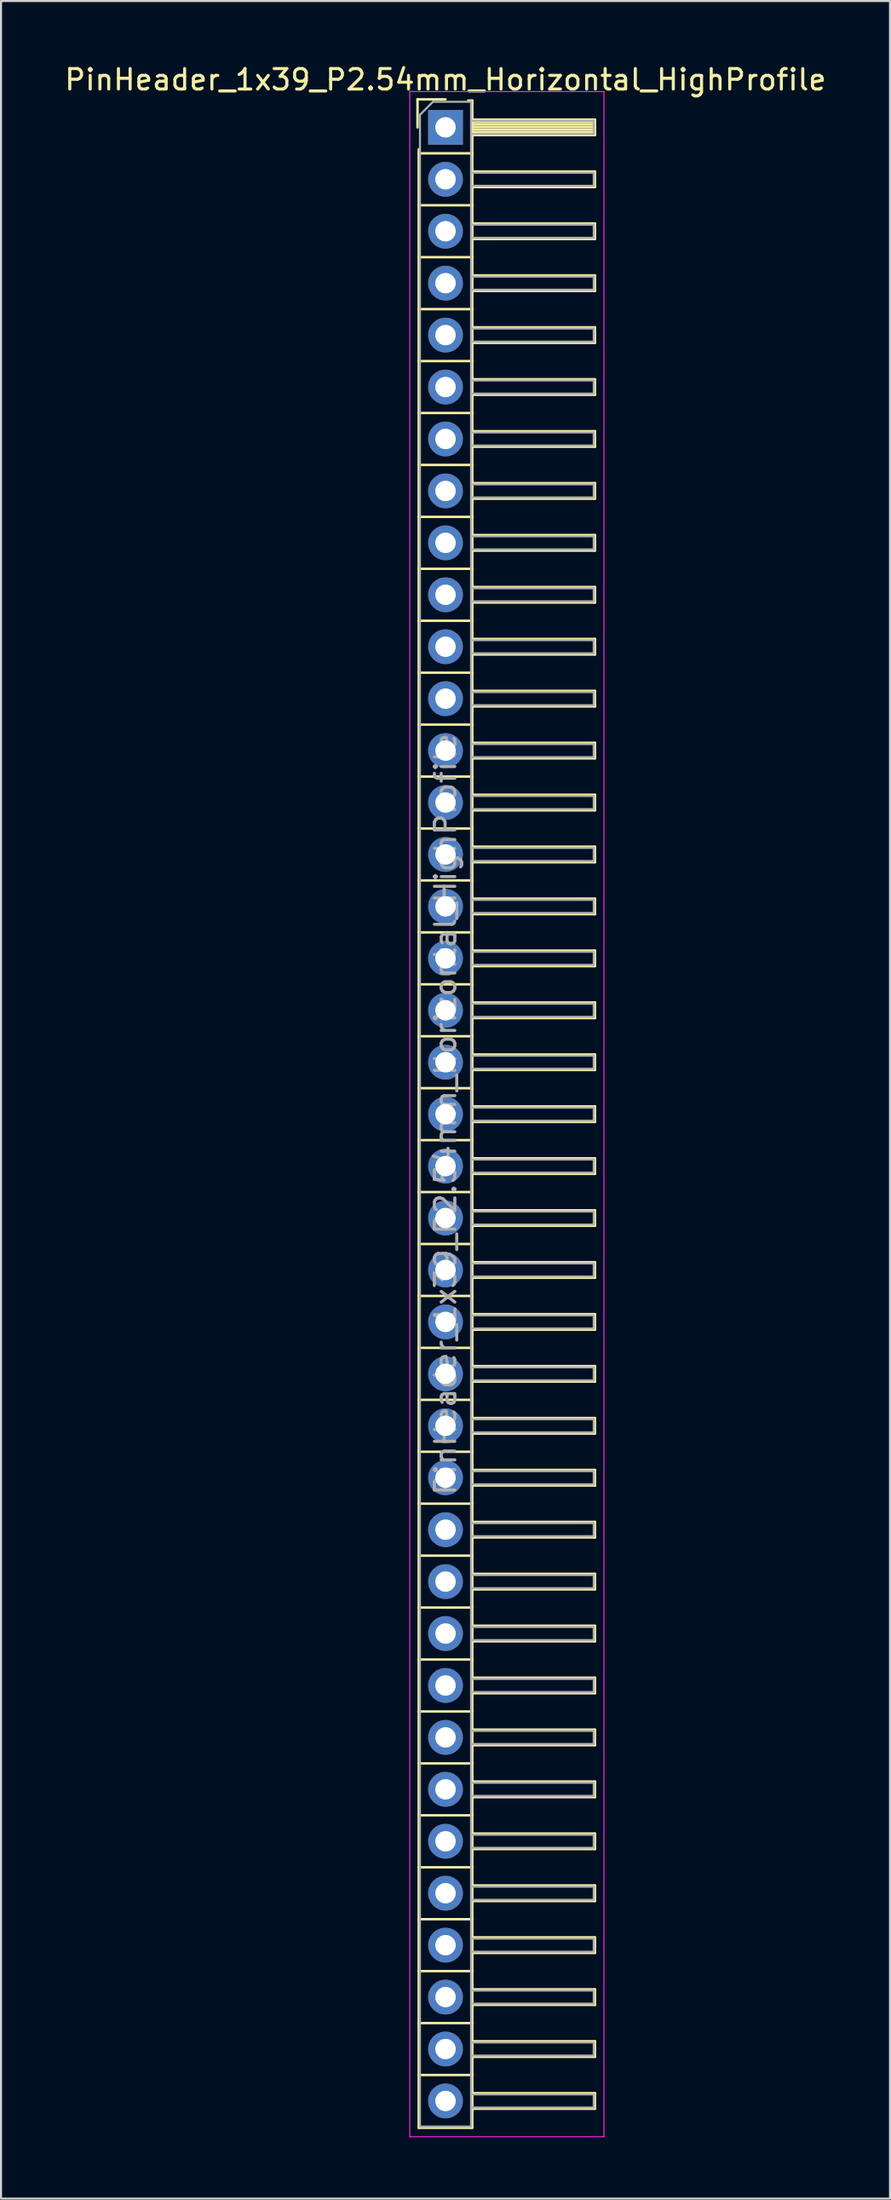
<source format=kicad_pcb>
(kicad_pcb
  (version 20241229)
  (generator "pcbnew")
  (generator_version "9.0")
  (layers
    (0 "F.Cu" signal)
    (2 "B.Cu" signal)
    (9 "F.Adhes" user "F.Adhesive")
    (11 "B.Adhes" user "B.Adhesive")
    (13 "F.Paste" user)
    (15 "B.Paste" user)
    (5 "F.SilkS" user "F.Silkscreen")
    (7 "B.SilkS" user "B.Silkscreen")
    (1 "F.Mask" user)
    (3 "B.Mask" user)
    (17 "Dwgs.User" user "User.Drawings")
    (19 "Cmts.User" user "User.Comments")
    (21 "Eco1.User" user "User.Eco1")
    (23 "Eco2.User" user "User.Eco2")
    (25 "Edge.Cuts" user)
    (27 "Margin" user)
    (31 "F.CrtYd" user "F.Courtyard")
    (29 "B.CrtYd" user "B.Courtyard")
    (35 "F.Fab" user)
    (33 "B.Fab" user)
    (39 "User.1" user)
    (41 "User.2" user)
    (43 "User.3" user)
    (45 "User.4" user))
  (footprint "PinHeader_1x39_P2.54mm_Horizontal_HighProfile"
    (layer "F.Cu")
    (at 18.744 3.178)
    (property "Reference" "PinHeader_1x39_P2.54mm_Horizontal_HighProfile" (at 0 -2.33 0) (layer "F.SilkS") (effects (font (size 1 1) (thickness 0.15))))
    (attr through_hole)
    (fp_line (start -1.37 -1.37) (end -1.37 0) (stroke (width 0.12) (type solid)) (layer "F.SilkS"))
    (fp_line (start -1.37 -1.37) (end 0 -1.37) (stroke (width 0.12) (type solid)) (layer "F.SilkS"))
    (fp_line (start -1.31 1.27) (end -1.31 1.07) (stroke (width 0.12) (type solid)) (layer "F.SilkS"))
    (fp_line (start -1.31 1.27) (end -1.31 3.81) (stroke (width 0.12) (type solid)) (layer "F.SilkS"))
    (fp_line (start -1.31 1.27) (end 1.31 1.27) (stroke (width 0.12) (type solid)) (layer "F.SilkS"))
    (fp_line (start -1.31 3.81) (end -1.31 6.35) (stroke (width 0.12) (type solid)) (layer "F.SilkS"))
    (fp_line (start -1.31 3.81) (end 1.31 3.81) (stroke (width 0.12) (type solid)) (layer "F.SilkS"))
    (fp_line (start -1.31 6.35) (end -1.31 8.89) (stroke (width 0.12) (type solid)) (layer "F.SilkS"))
    (fp_line (start -1.31 6.35) (end 1.31 6.35) (stroke (width 0.12) (type solid)) (layer "F.SilkS"))
    (fp_line (start -1.31 8.89) (end -1.31 11.43) (stroke (width 0.12) (type solid)) (layer "F.SilkS"))
    (fp_line (start -1.31 8.89) (end 1.31 8.89) (stroke (width 0.12) (type solid)) (layer "F.SilkS"))
    (fp_line (start -1.31 11.43) (end -1.31 13.97) (stroke (width 0.12) (type solid)) (layer "F.SilkS"))
    (fp_line (start -1.31 11.43) (end 1.31 11.43) (stroke (width 0.12) (type solid)) (layer "F.SilkS"))
    (fp_line (start -1.31 13.97) (end -1.31 16.51) (stroke (width 0.12) (type solid)) (layer "F.SilkS"))
    (fp_line (start -1.31 13.97) (end 1.31 13.97) (stroke (width 0.12) (type solid)) (layer "F.SilkS"))
    (fp_line (start -1.31 16.51) (end -1.31 19.05) (stroke (width 0.12) (type solid)) (layer "F.SilkS"))
    (fp_line (start -1.31 16.51) (end 1.31 16.51) (stroke (width 0.12) (type solid)) (layer "F.SilkS"))
    (fp_line (start -1.31 19.05) (end -1.31 21.59) (stroke (width 0.12) (type solid)) (layer "F.SilkS"))
    (fp_line (start -1.31 19.05) (end 1.31 19.05) (stroke (width 0.12) (type solid)) (layer "F.SilkS"))
    (fp_line (start -1.31 21.59) (end -1.31 24.13) (stroke (width 0.12) (type solid)) (layer "F.SilkS"))
    (fp_line (start -1.31 21.59) (end 1.31 21.59) (stroke (width 0.12) (type solid)) (layer "F.SilkS"))
    (fp_line (start -1.31 24.13) (end -1.31 26.67) (stroke (width 0.12) (type solid)) (layer "F.SilkS"))
    (fp_line (start -1.31 24.13) (end 1.31 24.13) (stroke (width 0.12) (type solid)) (layer "F.SilkS"))
    (fp_line (start -1.31 26.67) (end -1.31 29.21) (stroke (width 0.12) (type solid)) (layer "F.SilkS"))
    (fp_line (start -1.31 26.67) (end 1.31 26.67) (stroke (width 0.12) (type solid)) (layer "F.SilkS"))
    (fp_line (start -1.31 29.21) (end -1.31 31.75) (stroke (width 0.12) (type solid)) (layer "F.SilkS"))
    (fp_line (start -1.31 29.21) (end 1.31 29.21) (stroke (width 0.12) (type solid)) (layer "F.SilkS"))
    (fp_line (start -1.31 31.75) (end -1.31 34.29) (stroke (width 0.12) (type solid)) (layer "F.SilkS"))
    (fp_line (start -1.31 31.75) (end 1.31 31.75) (stroke (width 0.12) (type solid)) (layer "F.SilkS"))
    (fp_line (start -1.31 34.29) (end -1.31 36.83) (stroke (width 0.12) (type solid)) (layer "F.SilkS"))
    (fp_line (start -1.31 34.29) (end 1.31 34.29) (stroke (width 0.12) (type solid)) (layer "F.SilkS"))
    (fp_line (start -1.31 36.83) (end -1.31 39.37) (stroke (width 0.12) (type solid)) (layer "F.SilkS"))
    (fp_line (start -1.31 36.83) (end 1.31 36.83) (stroke (width 0.12) (type solid)) (layer "F.SilkS"))
    (fp_line (start -1.31 39.37) (end -1.31 41.91) (stroke (width 0.12) (type solid)) (layer "F.SilkS"))
    (fp_line (start -1.31 39.37) (end 1.31 39.37) (stroke (width 0.12) (type solid)) (layer "F.SilkS"))
    (fp_line (start -1.31 41.91) (end -1.31 44.45) (stroke (width 0.12) (type solid)) (layer "F.SilkS"))
    (fp_line (start -1.31 41.91) (end 1.31 41.91) (stroke (width 0.12) (type solid)) (layer "F.SilkS"))
    (fp_line (start -1.31 44.45) (end -1.31 46.99) (stroke (width 0.12) (type solid)) (layer "F.SilkS"))
    (fp_line (start -1.31 44.45) (end 1.31 44.45) (stroke (width 0.12) (type solid)) (layer "F.SilkS"))
    (fp_line (start -1.31 46.99) (end -1.31 49.53) (stroke (width 0.12) (type solid)) (layer "F.SilkS"))
    (fp_line (start -1.31 46.99) (end 1.31 46.99) (stroke (width 0.12) (type solid)) (layer "F.SilkS"))
    (fp_line (start -1.31 49.53) (end -1.31 52.07) (stroke (width 0.12) (type solid)) (layer "F.SilkS"))
    (fp_line (start -1.31 49.53) (end 1.31 49.53) (stroke (width 0.12) (type solid)) (layer "F.SilkS"))
    (fp_line (start -1.31 52.07) (end -1.31 54.61) (stroke (width 0.12) (type solid)) (layer "F.SilkS"))
    (fp_line (start -1.31 52.07) (end 1.31 52.07) (stroke (width 0.12) (type solid)) (layer "F.SilkS"))
    (fp_line (start -1.31 54.61) (end -1.31 57.15) (stroke (width 0.12) (type solid)) (layer "F.SilkS"))
    (fp_line (start -1.31 54.61) (end 1.31 54.61) (stroke (width 0.12) (type solid)) (layer "F.SilkS"))
    (fp_line (start -1.31 57.15) (end -1.31 59.69) (stroke (width 0.12) (type solid)) (layer "F.SilkS"))
    (fp_line (start -1.31 57.15) (end 1.31 57.15) (stroke (width 0.12) (type solid)) (layer "F.SilkS"))
    (fp_line (start -1.31 59.69) (end -1.31 62.23) (stroke (width 0.12) (type solid)) (layer "F.SilkS"))
    (fp_line (start -1.31 59.69) (end 1.31 59.69) (stroke (width 0.12) (type solid)) (layer "F.SilkS"))
    (fp_line (start -1.31 62.23) (end -1.31 64.77) (stroke (width 0.12) (type solid)) (layer "F.SilkS"))
    (fp_line (start -1.31 62.23) (end 1.31 62.23) (stroke (width 0.12) (type solid)) (layer "F.SilkS"))
    (fp_line (start -1.31 64.77) (end -1.31 67.31) (stroke (width 0.12) (type solid)) (layer "F.SilkS"))
    (fp_line (start -1.31 64.77) (end 1.31 64.77) (stroke (width 0.12) (type solid)) (layer "F.SilkS"))
    (fp_line (start -1.31 67.31) (end -1.31 69.85) (stroke (width 0.12) (type solid)) (layer "F.SilkS"))
    (fp_line (start -1.31 67.31) (end 1.31 67.31) (stroke (width 0.12) (type solid)) (layer "F.SilkS"))
    (fp_line (start -1.31 69.85) (end -1.31 72.39) (stroke (width 0.12) (type solid)) (layer "F.SilkS"))
    (fp_line (start -1.31 69.85) (end 1.31 69.85) (stroke (width 0.12) (type solid)) (layer "F.SilkS"))
    (fp_line (start -1.31 72.39) (end -1.31 74.93) (stroke (width 0.12) (type solid)) (layer "F.SilkS"))
    (fp_line (start -1.31 72.39) (end 1.31 72.39) (stroke (width 0.12) (type solid)) (layer "F.SilkS"))
    (fp_line (start -1.31 74.93) (end -1.31 77.47) (stroke (width 0.12) (type solid)) (layer "F.SilkS"))
    (fp_line (start -1.31 74.93) (end 1.31 74.93) (stroke (width 0.12) (type solid)) (layer "F.SilkS"))
    (fp_line (start -1.31 77.47) (end -1.31 80.01) (stroke (width 0.12) (type solid)) (layer "F.SilkS"))
    (fp_line (start -1.31 77.47) (end 1.31 77.47) (stroke (width 0.12) (type solid)) (layer "F.SilkS"))
    (fp_line (start -1.31 80.01) (end -1.31 82.55) (stroke (width 0.12) (type solid)) (layer "F.SilkS"))
    (fp_line (start -1.31 80.01) (end 1.31 80.01) (stroke (width 0.12) (type solid)) (layer "F.SilkS"))
    (fp_line (start -1.31 82.55) (end -1.31 85.09) (stroke (width 0.12) (type solid)) (layer "F.SilkS"))
    (fp_line (start -1.31 82.55) (end 1.31 82.55) (stroke (width 0.12) (type solid)) (layer "F.SilkS"))
    (fp_line (start -1.31 85.09) (end -1.31 87.63) (stroke (width 0.12) (type solid)) (layer "F.SilkS"))
    (fp_line (start -1.31 85.09) (end 1.31 85.09) (stroke (width 0.12) (type solid)) (layer "F.SilkS"))
    (fp_line (start -1.31 87.63) (end -1.31 90.17) (stroke (width 0.12) (type solid)) (layer "F.SilkS"))
    (fp_line (start -1.31 87.63) (end 1.31 87.63) (stroke (width 0.12) (type solid)) (layer "F.SilkS"))
    (fp_line (start -1.31 90.17) (end -1.31 92.71) (stroke (width 0.12) (type solid)) (layer "F.SilkS"))
    (fp_line (start -1.31 90.17) (end 1.31 90.17) (stroke (width 0.12) (type solid)) (layer "F.SilkS"))
    (fp_line (start -1.31 92.71) (end -1.31 95.25) (stroke (width 0.12) (type solid)) (layer "F.SilkS"))
    (fp_line (start -1.31 92.71) (end 1.31 92.71) (stroke (width 0.12) (type solid)) (layer "F.SilkS"))
    (fp_line (start -1.31 95.25) (end -1.31 97.83) (stroke (width 0.12) (type solid)) (layer "F.SilkS"))
    (fp_line (start -1.31 95.25) (end 1.31 95.25) (stroke (width 0.12) (type solid)) (layer "F.SilkS"))
    (fp_line (start -1.31 97.83) (end 1.31 97.83) (stroke (width 0.12) (type solid)) (layer "F.SilkS"))
    (fp_line (start 1.11 -1.31) (end 1.31 -1.31) (stroke (width 0.12) (type solid)) (layer "F.SilkS"))
    (fp_line (start 1.31 -1.31) (end 1.31 1.31) (stroke (width 0.12) (type solid)) (layer "F.SilkS"))
    (fp_line (start 1.31 -0.38) (end 7.31 -0.38) (stroke (width 0.12) (type solid)) (layer "F.SilkS"))
    (fp_line (start 1.31 -0.26) (end 7.31 -0.26) (stroke (width 0.12) (type solid)) (layer "F.SilkS"))
    (fp_line (start 1.31 -0.14) (end 7.31 -0.14) (stroke (width 0.12) (type solid)) (layer "F.SilkS"))
    (fp_line (start 1.31 -0.02) (end 7.31 -0.02) (stroke (width 0.12) (type solid)) (layer "F.SilkS"))
    (fp_line (start 1.31 0.1) (end 7.31 0.1) (stroke (width 0.12) (type solid)) (layer "F.SilkS"))
    (fp_line (start 1.31 0.22) (end 7.31 0.22) (stroke (width 0.12) (type solid)) (layer "F.SilkS"))
    (fp_line (start 1.31 0.34) (end 7.31 0.34) (stroke (width 0.12) (type solid)) (layer "F.SilkS"))
    (fp_line (start 1.31 0.38) (end 7.31 0.38) (stroke (width 0.12) (type solid)) (layer "F.SilkS"))
    (fp_line (start 1.31 1.27) (end 1.31 3.81) (stroke (width 0.12) (type solid)) (layer "F.SilkS"))
    (fp_line (start 1.31 2.16) (end 7.31 2.16) (stroke (width 0.12) (type solid)) (layer "F.SilkS"))
    (fp_line (start 1.31 2.92) (end 7.31 2.92) (stroke (width 0.12) (type solid)) (layer "F.SilkS"))
    (fp_line (start 1.31 3.81) (end 1.31 6.35) (stroke (width 0.12) (type solid)) (layer "F.SilkS"))
    (fp_line (start 1.31 4.7) (end 7.31 4.7) (stroke (width 0.12) (type solid)) (layer "F.SilkS"))
    (fp_line (start 1.31 5.46) (end 7.31 5.46) (stroke (width 0.12) (type solid)) (layer "F.SilkS"))
    (fp_line (start 1.31 6.35) (end 1.31 8.89) (stroke (width 0.12) (type solid)) (layer "F.SilkS"))
    (fp_line (start 1.31 7.24) (end 7.31 7.24) (stroke (width 0.12) (type solid)) (layer "F.SilkS"))
    (fp_line (start 1.31 8) (end 7.31 8) (stroke (width 0.12) (type solid)) (layer "F.SilkS"))
    (fp_line (start 1.31 8.89) (end 1.31 11.43) (stroke (width 0.12) (type solid)) (layer "F.SilkS"))
    (fp_line (start 1.31 9.78) (end 7.31 9.78) (stroke (width 0.12) (type solid)) (layer "F.SilkS"))
    (fp_line (start 1.31 10.54) (end 7.31 10.54) (stroke (width 0.12) (type solid)) (layer "F.SilkS"))
    (fp_line (start 1.31 11.43) (end 1.31 13.97) (stroke (width 0.12) (type solid)) (layer "F.SilkS"))
    (fp_line (start 1.31 12.32) (end 7.31 12.32) (stroke (width 0.12) (type solid)) (layer "F.SilkS"))
    (fp_line (start 1.31 13.08) (end 7.31 13.08) (stroke (width 0.12) (type solid)) (layer "F.SilkS"))
    (fp_line (start 1.31 13.97) (end 1.31 16.51) (stroke (width 0.12) (type solid)) (layer "F.SilkS"))
    (fp_line (start 1.31 14.86) (end 7.31 14.86) (stroke (width 0.12) (type solid)) (layer "F.SilkS"))
    (fp_line (start 1.31 15.62) (end 7.31 15.62) (stroke (width 0.12) (type solid)) (layer "F.SilkS"))
    (fp_line (start 1.31 16.51) (end 1.31 19.05) (stroke (width 0.12) (type solid)) (layer "F.SilkS"))
    (fp_line (start 1.31 17.4) (end 7.31 17.4) (stroke (width 0.12) (type solid)) (layer "F.SilkS"))
    (fp_line (start 1.31 18.16) (end 7.31 18.16) (stroke (width 0.12) (type solid)) (layer "F.SilkS"))
    (fp_line (start 1.31 19.05) (end 1.31 21.59) (stroke (width 0.12) (type solid)) (layer "F.SilkS"))
    (fp_line (start 1.31 19.94) (end 7.31 19.94) (stroke (width 0.12) (type solid)) (layer "F.SilkS"))
    (fp_line (start 1.31 20.7) (end 7.31 20.7) (stroke (width 0.12) (type solid)) (layer "F.SilkS"))
    (fp_line (start 1.31 21.59) (end 1.31 24.13) (stroke (width 0.12) (type solid)) (layer "F.SilkS"))
    (fp_line (start 1.31 22.48) (end 7.31 22.48) (stroke (width 0.12) (type solid)) (layer "F.SilkS"))
    (fp_line (start 1.31 23.24) (end 7.31 23.24) (stroke (width 0.12) (type solid)) (layer "F.SilkS"))
    (fp_line (start 1.31 24.13) (end 1.31 26.67) (stroke (width 0.12) (type solid)) (layer "F.SilkS"))
    (fp_line (start 1.31 25.02) (end 7.31 25.02) (stroke (width 0.12) (type solid)) (layer "F.SilkS"))
    (fp_line (start 1.31 25.78) (end 7.31 25.78) (stroke (width 0.12) (type solid)) (layer "F.SilkS"))
    (fp_line (start 1.31 26.67) (end 1.31 29.21) (stroke (width 0.12) (type solid)) (layer "F.SilkS"))
    (fp_line (start 1.31 27.56) (end 7.31 27.56) (stroke (width 0.12) (type solid)) (layer "F.SilkS"))
    (fp_line (start 1.31 28.32) (end 7.31 28.32) (stroke (width 0.12) (type solid)) (layer "F.SilkS"))
    (fp_line (start 1.31 29.21) (end 1.31 31.75) (stroke (width 0.12) (type solid)) (layer "F.SilkS"))
    (fp_line (start 1.31 30.1) (end 7.31 30.1) (stroke (width 0.12) (type solid)) (layer "F.SilkS"))
    (fp_line (start 1.31 30.86) (end 7.31 30.86) (stroke (width 0.12) (type solid)) (layer "F.SilkS"))
    (fp_line (start 1.31 31.75) (end 1.31 34.29) (stroke (width 0.12) (type solid)) (layer "F.SilkS"))
    (fp_line (start 1.31 32.64) (end 7.31 32.64) (stroke (width 0.12) (type solid)) (layer "F.SilkS"))
    (fp_line (start 1.31 33.4) (end 7.31 33.4) (stroke (width 0.12) (type solid)) (layer "F.SilkS"))
    (fp_line (start 1.31 34.29) (end 1.31 36.83) (stroke (width 0.12) (type solid)) (layer "F.SilkS"))
    (fp_line (start 1.31 35.18) (end 7.31 35.18) (stroke (width 0.12) (type solid)) (layer "F.SilkS"))
    (fp_line (start 1.31 35.94) (end 7.31 35.94) (stroke (width 0.12) (type solid)) (layer "F.SilkS"))
    (fp_line (start 1.31 36.83) (end 1.31 39.37) (stroke (width 0.12) (type solid)) (layer "F.SilkS"))
    (fp_line (start 1.31 37.72) (end 7.31 37.72) (stroke (width 0.12) (type solid)) (layer "F.SilkS"))
    (fp_line (start 1.31 38.48) (end 7.31 38.48) (stroke (width 0.12) (type solid)) (layer "F.SilkS"))
    (fp_line (start 1.31 39.37) (end 1.31 41.91) (stroke (width 0.12) (type solid)) (layer "F.SilkS"))
    (fp_line (start 1.31 40.26) (end 7.31 40.26) (stroke (width 0.12) (type solid)) (layer "F.SilkS"))
    (fp_line (start 1.31 41.02) (end 7.31 41.02) (stroke (width 0.12) (type solid)) (layer "F.SilkS"))
    (fp_line (start 1.31 41.91) (end 1.31 44.45) (stroke (width 0.12) (type solid)) (layer "F.SilkS"))
    (fp_line (start 1.31 42.8) (end 7.31 42.8) (stroke (width 0.12) (type solid)) (layer "F.SilkS"))
    (fp_line (start 1.31 43.56) (end 7.31 43.56) (stroke (width 0.12) (type solid)) (layer "F.SilkS"))
    (fp_line (start 1.31 44.45) (end 1.31 46.99) (stroke (width 0.12) (type solid)) (layer "F.SilkS"))
    (fp_line (start 1.31 45.34) (end 7.31 45.34) (stroke (width 0.12) (type solid)) (layer "F.SilkS"))
    (fp_line (start 1.31 46.1) (end 7.31 46.1) (stroke (width 0.12) (type solid)) (layer "F.SilkS"))
    (fp_line (start 1.31 46.99) (end 1.31 49.53) (stroke (width 0.12) (type solid)) (layer "F.SilkS"))
    (fp_line (start 1.31 47.88) (end 7.31 47.88) (stroke (width 0.12) (type solid)) (layer "F.SilkS"))
    (fp_line (start 1.31 48.64) (end 7.31 48.64) (stroke (width 0.12) (type solid)) (layer "F.SilkS"))
    (fp_line (start 1.31 49.53) (end 1.31 52.07) (stroke (width 0.12) (type solid)) (layer "F.SilkS"))
    (fp_line (start 1.31 50.42) (end 7.31 50.42) (stroke (width 0.12) (type solid)) (layer "F.SilkS"))
    (fp_line (start 1.31 51.18) (end 7.31 51.18) (stroke (width 0.12) (type solid)) (layer "F.SilkS"))
    (fp_line (start 1.31 52.07) (end 1.31 54.61) (stroke (width 0.12) (type solid)) (layer "F.SilkS"))
    (fp_line (start 1.31 52.96) (end 7.31 52.96) (stroke (width 0.12) (type solid)) (layer "F.SilkS"))
    (fp_line (start 1.31 53.72) (end 7.31 53.72) (stroke (width 0.12) (type solid)) (layer "F.SilkS"))
    (fp_line (start 1.31 54.61) (end 1.31 57.15) (stroke (width 0.12) (type solid)) (layer "F.SilkS"))
    (fp_line (start 1.31 55.5) (end 7.31 55.5) (stroke (width 0.12) (type solid)) (layer "F.SilkS"))
    (fp_line (start 1.31 56.26) (end 7.31 56.26) (stroke (width 0.12) (type solid)) (layer "F.SilkS"))
    (fp_line (start 1.31 57.15) (end 1.31 59.69) (stroke (width 0.12) (type solid)) (layer "F.SilkS"))
    (fp_line (start 1.31 58.04) (end 7.31 58.04) (stroke (width 0.12) (type solid)) (layer "F.SilkS"))
    (fp_line (start 1.31 58.8) (end 7.31 58.8) (stroke (width 0.12) (type solid)) (layer "F.SilkS"))
    (fp_line (start 1.31 59.69) (end 1.31 62.23) (stroke (width 0.12) (type solid)) (layer "F.SilkS"))
    (fp_line (start 1.31 60.58) (end 7.31 60.58) (stroke (width 0.12) (type solid)) (layer "F.SilkS"))
    (fp_line (start 1.31 61.34) (end 7.31 61.34) (stroke (width 0.12) (type solid)) (layer "F.SilkS"))
    (fp_line (start 1.31 62.23) (end 1.31 64.77) (stroke (width 0.12) (type solid)) (layer "F.SilkS"))
    (fp_line (start 1.31 63.12) (end 7.31 63.12) (stroke (width 0.12) (type solid)) (layer "F.SilkS"))
    (fp_line (start 1.31 63.88) (end 7.31 63.88) (stroke (width 0.12) (type solid)) (layer "F.SilkS"))
    (fp_line (start 1.31 64.77) (end 1.31 67.31) (stroke (width 0.12) (type solid)) (layer "F.SilkS"))
    (fp_line (start 1.31 65.66) (end 7.31 65.66) (stroke (width 0.12) (type solid)) (layer "F.SilkS"))
    (fp_line (start 1.31 66.42) (end 7.31 66.42) (stroke (width 0.12) (type solid)) (layer "F.SilkS"))
    (fp_line (start 1.31 67.31) (end 1.31 69.85) (stroke (width 0.12) (type solid)) (layer "F.SilkS"))
    (fp_line (start 1.31 68.2) (end 7.31 68.2) (stroke (width 0.12) (type solid)) (layer "F.SilkS"))
    (fp_line (start 1.31 68.96) (end 7.31 68.96) (stroke (width 0.12) (type solid)) (layer "F.SilkS"))
    (fp_line (start 1.31 69.85) (end 1.31 72.39) (stroke (width 0.12) (type solid)) (layer "F.SilkS"))
    (fp_line (start 1.31 70.74) (end 7.31 70.74) (stroke (width 0.12) (type solid)) (layer "F.SilkS"))
    (fp_line (start 1.31 71.5) (end 7.31 71.5) (stroke (width 0.12) (type solid)) (layer "F.SilkS"))
    (fp_line (start 1.31 72.39) (end 1.31 74.93) (stroke (width 0.12) (type solid)) (layer "F.SilkS"))
    (fp_line (start 1.31 73.28) (end 7.31 73.28) (stroke (width 0.12) (type solid)) (layer "F.SilkS"))
    (fp_line (start 1.31 74.04) (end 7.31 74.04) (stroke (width 0.12) (type solid)) (layer "F.SilkS"))
    (fp_line (start 1.31 74.93) (end 1.31 77.47) (stroke (width 0.12) (type solid)) (layer "F.SilkS"))
    (fp_line (start 1.31 75.82) (end 7.31 75.82) (stroke (width 0.12) (type solid)) (layer "F.SilkS"))
    (fp_line (start 1.31 76.58) (end 7.31 76.58) (stroke (width 0.12) (type solid)) (layer "F.SilkS"))
    (fp_line (start 1.31 77.47) (end 1.31 80.01) (stroke (width 0.12) (type solid)) (layer "F.SilkS"))
    (fp_line (start 1.31 78.36) (end 7.31 78.36) (stroke (width 0.12) (type solid)) (layer "F.SilkS"))
    (fp_line (start 1.31 79.12) (end 7.31 79.12) (stroke (width 0.12) (type solid)) (layer "F.SilkS"))
    (fp_line (start 1.31 80.01) (end 1.31 82.55) (stroke (width 0.12) (type solid)) (layer "F.SilkS"))
    (fp_line (start 1.31 80.9) (end 7.31 80.9) (stroke (width 0.12) (type solid)) (layer "F.SilkS"))
    (fp_line (start 1.31 81.66) (end 7.31 81.66) (stroke (width 0.12) (type solid)) (layer "F.SilkS"))
    (fp_line (start 1.31 82.55) (end 1.31 85.09) (stroke (width 0.12) (type solid)) (layer "F.SilkS"))
    (fp_line (start 1.31 83.44) (end 7.31 83.44) (stroke (width 0.12) (type solid)) (layer "F.SilkS"))
    (fp_line (start 1.31 84.2) (end 7.31 84.2) (stroke (width 0.12) (type solid)) (layer "F.SilkS"))
    (fp_line (start 1.31 85.09) (end 1.31 87.63) (stroke (width 0.12) (type solid)) (layer "F.SilkS"))
    (fp_line (start 1.31 85.98) (end 7.31 85.98) (stroke (width 0.12) (type solid)) (layer "F.SilkS"))
    (fp_line (start 1.31 86.74) (end 7.31 86.74) (stroke (width 0.12) (type solid)) (layer "F.SilkS"))
    (fp_line (start 1.31 87.63) (end 1.31 90.17) (stroke (width 0.12) (type solid)) (layer "F.SilkS"))
    (fp_line (start 1.31 88.52) (end 7.31 88.52) (stroke (width 0.12) (type solid)) (layer "F.SilkS"))
    (fp_line (start 1.31 89.28) (end 7.31 89.28) (stroke (width 0.12) (type solid)) (layer "F.SilkS"))
    (fp_line (start 1.31 90.17) (end 1.31 92.71) (stroke (width 0.12) (type solid)) (layer "F.SilkS"))
    (fp_line (start 1.31 91.06) (end 7.31 91.06) (stroke (width 0.12) (type solid)) (layer "F.SilkS"))
    (fp_line (start 1.31 91.82) (end 7.31 91.82) (stroke (width 0.12) (type solid)) (layer "F.SilkS"))
    (fp_line (start 1.31 92.71) (end 1.31 95.25) (stroke (width 0.12) (type solid)) (layer "F.SilkS"))
    (fp_line (start 1.31 93.6) (end 7.31 93.6) (stroke (width 0.12) (type solid)) (layer "F.SilkS"))
    (fp_line (start 1.31 94.36) (end 7.31 94.36) (stroke (width 0.12) (type solid)) (layer "F.SilkS"))
    (fp_line (start 1.31 95.25) (end 1.31 97.83) (stroke (width 0.12) (type solid)) (layer "F.SilkS"))
    (fp_line (start 1.31 96.14) (end 7.31 96.14) (stroke (width 0.12) (type solid)) (layer "F.SilkS"))
    (fp_line (start 1.31 96.9) (end 7.31 96.9) (stroke (width 0.12) (type solid)) (layer "F.SilkS"))
    (fp_line (start 7.31 -0.38) (end 7.31 0.38) (stroke (width 0.12) (type solid)) (layer "F.SilkS"))
    (fp_line (start 7.31 2.16) (end 7.31 2.92) (stroke (width 0.12) (type solid)) (layer "F.SilkS"))
    (fp_line (start 7.31 4.7) (end 7.31 5.46) (stroke (width 0.12) (type solid)) (layer "F.SilkS"))
    (fp_line (start 7.31 7.24) (end 7.31 8) (stroke (width 0.12) (type solid)) (layer "F.SilkS"))
    (fp_line (start 7.31 9.78) (end 7.31 10.54) (stroke (width 0.12) (type solid)) (layer "F.SilkS"))
    (fp_line (start 7.31 12.32) (end 7.31 13.08) (stroke (width 0.12) (type solid)) (layer "F.SilkS"))
    (fp_line (start 7.31 14.86) (end 7.31 15.62) (stroke (width 0.12) (type solid)) (layer "F.SilkS"))
    (fp_line (start 7.31 17.4) (end 7.31 18.16) (stroke (width 0.12) (type solid)) (layer "F.SilkS"))
    (fp_line (start 7.31 19.94) (end 7.31 20.7) (stroke (width 0.12) (type solid)) (layer "F.SilkS"))
    (fp_line (start 7.31 22.48) (end 7.31 23.24) (stroke (width 0.12) (type solid)) (layer "F.SilkS"))
    (fp_line (start 7.31 25.02) (end 7.31 25.78) (stroke (width 0.12) (type solid)) (layer "F.SilkS"))
    (fp_line (start 7.31 27.56) (end 7.31 28.32) (stroke (width 0.12) (type solid)) (layer "F.SilkS"))
    (fp_line (start 7.31 30.1) (end 7.31 30.86) (stroke (width 0.12) (type solid)) (layer "F.SilkS"))
    (fp_line (start 7.31 32.64) (end 7.31 33.4) (stroke (width 0.12) (type solid)) (layer "F.SilkS"))
    (fp_line (start 7.31 35.18) (end 7.31 35.94) (stroke (width 0.12) (type solid)) (layer "F.SilkS"))
    (fp_line (start 7.31 37.72) (end 7.31 38.48) (stroke (width 0.12) (type solid)) (layer "F.SilkS"))
    (fp_line (start 7.31 40.26) (end 7.31 41.02) (stroke (width 0.12) (type solid)) (layer "F.SilkS"))
    (fp_line (start 7.31 42.8) (end 7.31 43.56) (stroke (width 0.12) (type solid)) (layer "F.SilkS"))
    (fp_line (start 7.31 45.34) (end 7.31 46.1) (stroke (width 0.12) (type solid)) (layer "F.SilkS"))
    (fp_line (start 7.31 47.88) (end 7.31 48.64) (stroke (width 0.12) (type solid)) (layer "F.SilkS"))
    (fp_line (start 7.31 50.42) (end 7.31 51.18) (stroke (width 0.12) (type solid)) (layer "F.SilkS"))
    (fp_line (start 7.31 52.96) (end 7.31 53.72) (stroke (width 0.12) (type solid)) (layer "F.SilkS"))
    (fp_line (start 7.31 55.5) (end 7.31 56.26) (stroke (width 0.12) (type solid)) (layer "F.SilkS"))
    (fp_line (start 7.31 58.04) (end 7.31 58.8) (stroke (width 0.12) (type solid)) (layer "F.SilkS"))
    (fp_line (start 7.31 60.58) (end 7.31 61.34) (stroke (width 0.12) (type solid)) (layer "F.SilkS"))
    (fp_line (start 7.31 63.12) (end 7.31 63.88) (stroke (width 0.12) (type solid)) (layer "F.SilkS"))
    (fp_line (start 7.31 65.66) (end 7.31 66.42) (stroke (width 0.12) (type solid)) (layer "F.SilkS"))
    (fp_line (start 7.31 68.2) (end 7.31 68.96) (stroke (width 0.12) (type solid)) (layer "F.SilkS"))
    (fp_line (start 7.31 70.74) (end 7.31 71.5) (stroke (width 0.12) (type solid)) (layer "F.SilkS"))
    (fp_line (start 7.31 73.28) (end 7.31 74.04) (stroke (width 0.12) (type solid)) (layer "F.SilkS"))
    (fp_line (start 7.31 75.82) (end 7.31 76.58) (stroke (width 0.12) (type solid)) (layer "F.SilkS"))
    (fp_line (start 7.31 78.36) (end 7.31 79.12) (stroke (width 0.12) (type solid)) (layer "F.SilkS"))
    (fp_line (start 7.31 80.9) (end 7.31 81.66) (stroke (width 0.12) (type solid)) (layer "F.SilkS"))
    (fp_line (start 7.31 83.44) (end 7.31 84.2) (stroke (width 0.12) (type solid)) (layer "F.SilkS"))
    (fp_line (start 7.31 85.98) (end 7.31 86.74) (stroke (width 0.12) (type solid)) (layer "F.SilkS"))
    (fp_line (start 7.31 88.52) (end 7.31 89.28) (stroke (width 0.12) (type solid)) (layer "F.SilkS"))
    (fp_line (start 7.31 91.06) (end 7.31 91.82) (stroke (width 0.12) (type solid)) (layer "F.SilkS"))
    (fp_line (start 7.31 93.6) (end 7.31 94.36) (stroke (width 0.12) (type solid)) (layer "F.SilkS"))
    (fp_line (start 7.31 96.14) (end 7.31 96.9) (stroke (width 0.12) (type solid)) (layer "F.SilkS"))
    (fp_line (start -1.75 -1.75) (end -1.75 98.27) (stroke (width 0.05) (type solid)) (layer "F.CrtYd"))
    (fp_line (start -1.75 -1.75) (end 7.75 -1.75) (stroke (width 0.05) (type solid)) (layer "F.CrtYd"))
    (fp_line (start -1.75 98.27) (end 7.75 98.27) (stroke (width 0.05) (type solid)) (layer "F.CrtYd"))
    (fp_line (start 7.75 -1.75) (end 7.75 98.27) (stroke (width 0.05) (type solid)) (layer "F.CrtYd"))
    (fp_line (start -1.25 -0.615) (end -1.25 97.77) (stroke (width 0.1) (type solid)) (layer "F.Fab"))
    (fp_line (start -1.25 -0.615) (end -0.615 -1.25) (stroke (width 0.1) (type solid)) (layer "F.Fab"))
    (fp_line (start -1.25 97.77) (end 1.25 97.77) (stroke (width 0.1) (type solid)) (layer "F.Fab"))
    (fp_line (start -0.615 -1.25) (end 1.25 -1.25) (stroke (width 0.1) (type solid)) (layer "F.Fab"))
    (fp_line (start 1.25 -1.25) (end 1.25 97.77) (stroke (width 0.1) (type solid)) (layer "F.Fab"))
    (fp_line (start 1.25 -0.32) (end 7.25 -0.32) (stroke (width 0.1) (type solid)) (layer "F.Fab"))
    (fp_line (start 1.25 0.32) (end 7.25 0.32) (stroke (width 0.1) (type solid)) (layer "F.Fab"))
    (fp_line (start 1.25 2.22) (end 7.25 2.22) (stroke (width 0.1) (type solid)) (layer "F.Fab"))
    (fp_line (start 1.25 2.86) (end 7.25 2.86) (stroke (width 0.1) (type solid)) (layer "F.Fab"))
    (fp_line (start 1.25 4.76) (end 7.25 4.76) (stroke (width 0.1) (type solid)) (layer "F.Fab"))
    (fp_line (start 1.25 5.4) (end 7.25 5.4) (stroke (width 0.1) (type solid)) (layer "F.Fab"))
    (fp_line (start 1.25 7.3) (end 7.25 7.3) (stroke (width 0.1) (type solid)) (layer "F.Fab"))
    (fp_line (start 1.25 7.94) (end 7.25 7.94) (stroke (width 0.1) (type solid)) (layer "F.Fab"))
    (fp_line (start 1.25 9.84) (end 7.25 9.84) (stroke (width 0.1) (type solid)) (layer "F.Fab"))
    (fp_line (start 1.25 10.48) (end 7.25 10.48) (stroke (width 0.1) (type solid)) (layer "F.Fab"))
    (fp_line (start 1.25 12.38) (end 7.25 12.38) (stroke (width 0.1) (type solid)) (layer "F.Fab"))
    (fp_line (start 1.25 13.02) (end 7.25 13.02) (stroke (width 0.1) (type solid)) (layer "F.Fab"))
    (fp_line (start 1.25 14.92) (end 7.25 14.92) (stroke (width 0.1) (type solid)) (layer "F.Fab"))
    (fp_line (start 1.25 15.56) (end 7.25 15.56) (stroke (width 0.1) (type solid)) (layer "F.Fab"))
    (fp_line (start 1.25 17.46) (end 7.25 17.46) (stroke (width 0.1) (type solid)) (layer "F.Fab"))
    (fp_line (start 1.25 18.1) (end 7.25 18.1) (stroke (width 0.1) (type solid)) (layer "F.Fab"))
    (fp_line (start 1.25 20) (end 7.25 20) (stroke (width 0.1) (type solid)) (layer "F.Fab"))
    (fp_line (start 1.25 20.64) (end 7.25 20.64) (stroke (width 0.1) (type solid)) (layer "F.Fab"))
    (fp_line (start 1.25 22.54) (end 7.25 22.54) (stroke (width 0.1) (type solid)) (layer "F.Fab"))
    (fp_line (start 1.25 23.18) (end 7.25 23.18) (stroke (width 0.1) (type solid)) (layer "F.Fab"))
    (fp_line (start 1.25 25.08) (end 7.25 25.08) (stroke (width 0.1) (type solid)) (layer "F.Fab"))
    (fp_line (start 1.25 25.72) (end 7.25 25.72) (stroke (width 0.1) (type solid)) (layer "F.Fab"))
    (fp_line (start 1.25 27.62) (end 7.25 27.62) (stroke (width 0.1) (type solid)) (layer "F.Fab"))
    (fp_line (start 1.25 28.26) (end 7.25 28.26) (stroke (width 0.1) (type solid)) (layer "F.Fab"))
    (fp_line (start 1.25 30.16) (end 7.25 30.16) (stroke (width 0.1) (type solid)) (layer "F.Fab"))
    (fp_line (start 1.25 30.8) (end 7.25 30.8) (stroke (width 0.1) (type solid)) (layer "F.Fab"))
    (fp_line (start 1.25 32.7) (end 7.25 32.7) (stroke (width 0.1) (type solid)) (layer "F.Fab"))
    (fp_line (start 1.25 33.34) (end 7.25 33.34) (stroke (width 0.1) (type solid)) (layer "F.Fab"))
    (fp_line (start 1.25 35.24) (end 7.25 35.24) (stroke (width 0.1) (type solid)) (layer "F.Fab"))
    (fp_line (start 1.25 35.88) (end 7.25 35.88) (stroke (width 0.1) (type solid)) (layer "F.Fab"))
    (fp_line (start 1.25 37.78) (end 7.25 37.78) (stroke (width 0.1) (type solid)) (layer "F.Fab"))
    (fp_line (start 1.25 38.42) (end 7.25 38.42) (stroke (width 0.1) (type solid)) (layer "F.Fab"))
    (fp_line (start 1.25 40.32) (end 7.25 40.32) (stroke (width 0.1) (type solid)) (layer "F.Fab"))
    (fp_line (start 1.25 40.96) (end 7.25 40.96) (stroke (width 0.1) (type solid)) (layer "F.Fab"))
    (fp_line (start 1.25 42.86) (end 7.25 42.86) (stroke (width 0.1) (type solid)) (layer "F.Fab"))
    (fp_line (start 1.25 43.5) (end 7.25 43.5) (stroke (width 0.1) (type solid)) (layer "F.Fab"))
    (fp_line (start 1.25 45.4) (end 7.25 45.4) (stroke (width 0.1) (type solid)) (layer "F.Fab"))
    (fp_line (start 1.25 46.04) (end 7.25 46.04) (stroke (width 0.1) (type solid)) (layer "F.Fab"))
    (fp_line (start 1.25 47.94) (end 7.25 47.94) (stroke (width 0.1) (type solid)) (layer "F.Fab"))
    (fp_line (start 1.25 48.58) (end 7.25 48.58) (stroke (width 0.1) (type solid)) (layer "F.Fab"))
    (fp_line (start 1.25 50.48) (end 7.25 50.48) (stroke (width 0.1) (type solid)) (layer "F.Fab"))
    (fp_line (start 1.25 51.12) (end 7.25 51.12) (stroke (width 0.1) (type solid)) (layer "F.Fab"))
    (fp_line (start 1.25 53.02) (end 7.25 53.02) (stroke (width 0.1) (type solid)) (layer "F.Fab"))
    (fp_line (start 1.25 53.66) (end 7.25 53.66) (stroke (width 0.1) (type solid)) (layer "F.Fab"))
    (fp_line (start 1.25 55.56) (end 7.25 55.56) (stroke (width 0.1) (type solid)) (layer "F.Fab"))
    (fp_line (start 1.25 56.2) (end 7.25 56.2) (stroke (width 0.1) (type solid)) (layer "F.Fab"))
    (fp_line (start 1.25 58.1) (end 7.25 58.1) (stroke (width 0.1) (type solid)) (layer "F.Fab"))
    (fp_line (start 1.25 58.74) (end 7.25 58.74) (stroke (width 0.1) (type solid)) (layer "F.Fab"))
    (fp_line (start 1.25 60.64) (end 7.25 60.64) (stroke (width 0.1) (type solid)) (layer "F.Fab"))
    (fp_line (start 1.25 61.28) (end 7.25 61.28) (stroke (width 0.1) (type solid)) (layer "F.Fab"))
    (fp_line (start 1.25 63.18) (end 7.25 63.18) (stroke (width 0.1) (type solid)) (layer "F.Fab"))
    (fp_line (start 1.25 63.82) (end 7.25 63.82) (stroke (width 0.1) (type solid)) (layer "F.Fab"))
    (fp_line (start 1.25 65.72) (end 7.25 65.72) (stroke (width 0.1) (type solid)) (layer "F.Fab"))
    (fp_line (start 1.25 66.36) (end 7.25 66.36) (stroke (width 0.1) (type solid)) (layer "F.Fab"))
    (fp_line (start 1.25 68.26) (end 7.25 68.26) (stroke (width 0.1) (type solid)) (layer "F.Fab"))
    (fp_line (start 1.25 68.9) (end 7.25 68.9) (stroke (width 0.1) (type solid)) (layer "F.Fab"))
    (fp_line (start 1.25 70.8) (end 7.25 70.8) (stroke (width 0.1) (type solid)) (layer "F.Fab"))
    (fp_line (start 1.25 71.44) (end 7.25 71.44) (stroke (width 0.1) (type solid)) (layer "F.Fab"))
    (fp_line (start 1.25 73.34) (end 7.25 73.34) (stroke (width 0.1) (type solid)) (layer "F.Fab"))
    (fp_line (start 1.25 73.98) (end 7.25 73.98) (stroke (width 0.1) (type solid)) (layer "F.Fab"))
    (fp_line (start 1.25 75.88) (end 7.25 75.88) (stroke (width 0.1) (type solid)) (layer "F.Fab"))
    (fp_line (start 1.25 76.52) (end 7.25 76.52) (stroke (width 0.1) (type solid)) (layer "F.Fab"))
    (fp_line (start 1.25 78.42) (end 7.25 78.42) (stroke (width 0.1) (type solid)) (layer "F.Fab"))
    (fp_line (start 1.25 79.06) (end 7.25 79.06) (stroke (width 0.1) (type solid)) (layer "F.Fab"))
    (fp_line (start 1.25 80.96) (end 7.25 80.96) (stroke (width 0.1) (type solid)) (layer "F.Fab"))
    (fp_line (start 1.25 81.6) (end 7.25 81.6) (stroke (width 0.1) (type solid)) (layer "F.Fab"))
    (fp_line (start 1.25 83.5) (end 7.25 83.5) (stroke (width 0.1) (type solid)) (layer "F.Fab"))
    (fp_line (start 1.25 84.14) (end 7.25 84.14) (stroke (width 0.1) (type solid)) (layer "F.Fab"))
    (fp_line (start 1.25 86.04) (end 7.25 86.04) (stroke (width 0.1) (type solid)) (layer "F.Fab"))
    (fp_line (start 1.25 86.68) (end 7.25 86.68) (stroke (width 0.1) (type solid)) (layer "F.Fab"))
    (fp_line (start 1.25 88.58) (end 7.25 88.58) (stroke (width 0.1) (type solid)) (layer "F.Fab"))
    (fp_line (start 1.25 89.22) (end 7.25 89.22) (stroke (width 0.1) (type solid)) (layer "F.Fab"))
    (fp_line (start 1.25 91.12) (end 7.25 91.12) (stroke (width 0.1) (type solid)) (layer "F.Fab"))
    (fp_line (start 1.25 91.76) (end 7.25 91.76) (stroke (width 0.1) (type solid)) (layer "F.Fab"))
    (fp_line (start 1.25 93.66) (end 7.25 93.66) (stroke (width 0.1) (type solid)) (layer "F.Fab"))
    (fp_line (start 1.25 94.3) (end 7.25 94.3) (stroke (width 0.1) (type solid)) (layer "F.Fab"))
    (fp_line (start 1.25 96.2) (end 7.25 96.2) (stroke (width 0.1) (type solid)) (layer "F.Fab"))
    (fp_line (start 1.25 96.84) (end 7.25 96.84) (stroke (width 0.1) (type solid)) (layer "F.Fab"))
    (fp_line (start 7.25 -0.32) (end 7.25 0.32) (stroke (width 0.1) (type solid)) (layer "F.Fab"))
    (fp_line (start 7.25 2.22) (end 7.25 2.86) (stroke (width 0.1) (type solid)) (layer "F.Fab"))
    (fp_line (start 7.25 4.76) (end 7.25 5.4) (stroke (width 0.1) (type solid)) (layer "F.Fab"))
    (fp_line (start 7.25 7.3) (end 7.25 7.94) (stroke (width 0.1) (type solid)) (layer "F.Fab"))
    (fp_line (start 7.25 9.84) (end 7.25 10.48) (stroke (width 0.1) (type solid)) (layer "F.Fab"))
    (fp_line (start 7.25 12.38) (end 7.25 13.02) (stroke (width 0.1) (type solid)) (layer "F.Fab"))
    (fp_line (start 7.25 14.92) (end 7.25 15.56) (stroke (width 0.1) (type solid)) (layer "F.Fab"))
    (fp_line (start 7.25 17.46) (end 7.25 18.1) (stroke (width 0.1) (type solid)) (layer "F.Fab"))
    (fp_line (start 7.25 20) (end 7.25 20.64) (stroke (width 0.1) (type solid)) (layer "F.Fab"))
    (fp_line (start 7.25 22.54) (end 7.25 23.18) (stroke (width 0.1) (type solid)) (layer "F.Fab"))
    (fp_line (start 7.25 25.08) (end 7.25 25.72) (stroke (width 0.1) (type solid)) (layer "F.Fab"))
    (fp_line (start 7.25 27.62) (end 7.25 28.26) (stroke (width 0.1) (type solid)) (layer "F.Fab"))
    (fp_line (start 7.25 30.16) (end 7.25 30.8) (stroke (width 0.1) (type solid)) (layer "F.Fab"))
    (fp_line (start 7.25 32.7) (end 7.25 33.34) (stroke (width 0.1) (type solid)) (layer "F.Fab"))
    (fp_line (start 7.25 35.24) (end 7.25 35.88) (stroke (width 0.1) (type solid)) (layer "F.Fab"))
    (fp_line (start 7.25 37.78) (end 7.25 38.42) (stroke (width 0.1) (type solid)) (layer "F.Fab"))
    (fp_line (start 7.25 40.32) (end 7.25 40.96) (stroke (width 0.1) (type solid)) (layer "F.Fab"))
    (fp_line (start 7.25 42.86) (end 7.25 43.5) (stroke (width 0.1) (type solid)) (layer "F.Fab"))
    (fp_line (start 7.25 45.4) (end 7.25 46.04) (stroke (width 0.1) (type solid)) (layer "F.Fab"))
    (fp_line (start 7.25 47.94) (end 7.25 48.58) (stroke (width 0.1) (type solid)) (layer "F.Fab"))
    (fp_line (start 7.25 50.48) (end 7.25 51.12) (stroke (width 0.1) (type solid)) (layer "F.Fab"))
    (fp_line (start 7.25 53.02) (end 7.25 53.66) (stroke (width 0.1) (type solid)) (layer "F.Fab"))
    (fp_line (start 7.25 55.56) (end 7.25 56.2) (stroke (width 0.1) (type solid)) (layer "F.Fab"))
    (fp_line (start 7.25 58.1) (end 7.25 58.74) (stroke (width 0.1) (type solid)) (layer "F.Fab"))
    (fp_line (start 7.25 60.64) (end 7.25 61.28) (stroke (width 0.1) (type solid)) (layer "F.Fab"))
    (fp_line (start 7.25 63.18) (end 7.25 63.82) (stroke (width 0.1) (type solid)) (layer "F.Fab"))
    (fp_line (start 7.25 65.72) (end 7.25 66.36) (stroke (width 0.1) (type solid)) (layer "F.Fab"))
    (fp_line (start 7.25 68.26) (end 7.25 68.9) (stroke (width 0.1) (type solid)) (layer "F.Fab"))
    (fp_line (start 7.25 70.8) (end 7.25 71.44) (stroke (width 0.1) (type solid)) (layer "F.Fab"))
    (fp_line (start 7.25 73.34) (end 7.25 73.98) (stroke (width 0.1) (type solid)) (layer "F.Fab"))
    (fp_line (start 7.25 75.88) (end 7.25 76.52) (stroke (width 0.1) (type solid)) (layer "F.Fab"))
    (fp_line (start 7.25 78.42) (end 7.25 79.06) (stroke (width 0.1) (type solid)) (layer "F.Fab"))
    (fp_line (start 7.25 80.96) (end 7.25 81.6) (stroke (width 0.1) (type solid)) (layer "F.Fab"))
    (fp_line (start 7.25 83.5) (end 7.25 84.14) (stroke (width 0.1) (type solid)) (layer "F.Fab"))
    (fp_line (start 7.25 86.04) (end 7.25 86.68) (stroke (width 0.1) (type solid)) (layer "F.Fab"))
    (fp_line (start 7.25 88.58) (end 7.25 89.22) (stroke (width 0.1) (type solid)) (layer "F.Fab"))
    (fp_line (start 7.25 91.12) (end 7.25 91.76) (stroke (width 0.1) (type solid)) (layer "F.Fab"))
    (fp_line (start 7.25 93.66) (end 7.25 94.3) (stroke (width 0.1) (type solid)) (layer "F.Fab"))
    (fp_line (start 7.25 96.2) (end 7.25 96.84) (stroke (width 0.1) (type solid)) (layer "F.Fab"))
    (fp_text user "${REFERENCE}" (at 0 48.26 90) (layer "F.Fab") (effects (font (size 1 1) (thickness 0.15))))
    (pad "1" thru_hole rect (at 0 0) (size 1.7 1.7) (drill 1) (layers "*.Cu" "*.Mask"))
    (pad "2" thru_hole oval (at 0 2.54) (size 1.7 1.7) (drill 1) (layers "*.Cu" "*.Mask"))
    (pad "3" thru_hole oval (at 0 5.08) (size 1.7 1.7) (drill 1) (layers "*.Cu" "*.Mask"))
    (pad "4" thru_hole oval (at 0 7.62) (size 1.7 1.7) (drill 1) (layers "*.Cu" "*.Mask"))
    (pad "5" thru_hole oval (at 0 10.16) (size 1.7 1.7) (drill 1) (layers "*.Cu" "*.Mask"))
    (pad "6" thru_hole oval (at 0 12.7) (size 1.7 1.7) (drill 1) (layers "*.Cu" "*.Mask"))
    (pad "7" thru_hole oval (at 0 15.24) (size 1.7 1.7) (drill 1) (layers "*.Cu" "*.Mask"))
    (pad "8" thru_hole oval (at 0 17.78) (size 1.7 1.7) (drill 1) (layers "*.Cu" "*.Mask"))
    (pad "9" thru_hole oval (at 0 20.32) (size 1.7 1.7) (drill 1) (layers "*.Cu" "*.Mask"))
    (pad "10" thru_hole oval (at 0 22.86) (size 1.7 1.7) (drill 1) (layers "*.Cu" "*.Mask"))
    (pad "11" thru_hole oval (at 0 25.4) (size 1.7 1.7) (drill 1) (layers "*.Cu" "*.Mask"))
    (pad "12" thru_hole oval (at 0 27.94) (size 1.7 1.7) (drill 1) (layers "*.Cu" "*.Mask"))
    (pad "13" thru_hole oval (at 0 30.48) (size 1.7 1.7) (drill 1) (layers "*.Cu" "*.Mask"))
    (pad "14" thru_hole oval (at 0 33.02) (size 1.7 1.7) (drill 1) (layers "*.Cu" "*.Mask"))
    (pad "15" thru_hole oval (at 0 35.56) (size 1.7 1.7) (drill 1) (layers "*.Cu" "*.Mask"))
    (pad "16" thru_hole oval (at 0 38.1) (size 1.7 1.7) (drill 1) (layers "*.Cu" "*.Mask"))
    (pad "17" thru_hole oval (at 0 40.64) (size 1.7 1.7) (drill 1) (layers "*.Cu" "*.Mask"))
    (pad "18" thru_hole oval (at 0 43.18) (size 1.7 1.7) (drill 1) (layers "*.Cu" "*.Mask"))
    (pad "19" thru_hole oval (at 0 45.72) (size 1.7 1.7) (drill 1) (layers "*.Cu" "*.Mask"))
    (pad "20" thru_hole oval (at 0 48.26) (size 1.7 1.7) (drill 1) (layers "*.Cu" "*.Mask"))
    (pad "21" thru_hole oval (at 0 50.8) (size 1.7 1.7) (drill 1) (layers "*.Cu" "*.Mask"))
    (pad "22" thru_hole oval (at 0 53.34) (size 1.7 1.7) (drill 1) (layers "*.Cu" "*.Mask"))
    (pad "23" thru_hole oval (at 0 55.88) (size 1.7 1.7) (drill 1) (layers "*.Cu" "*.Mask"))
    (pad "24" thru_hole oval (at 0 58.42) (size 1.7 1.7) (drill 1) (layers "*.Cu" "*.Mask"))
    (pad "25" thru_hole oval (at 0 60.96) (size 1.7 1.7) (drill 1) (layers "*.Cu" "*.Mask"))
    (pad "26" thru_hole oval (at 0 63.5) (size 1.7 1.7) (drill 1) (layers "*.Cu" "*.Mask"))
    (pad "27" thru_hole oval (at 0 66.04) (size 1.7 1.7) (drill 1) (layers "*.Cu" "*.Mask"))
    (pad "28" thru_hole oval (at 0 68.58) (size 1.7 1.7) (drill 1) (layers "*.Cu" "*.Mask"))
    (pad "29" thru_hole oval (at 0 71.12) (size 1.7 1.7) (drill 1) (layers "*.Cu" "*.Mask"))
    (pad "30" thru_hole oval (at 0 73.66) (size 1.7 1.7) (drill 1) (layers "*.Cu" "*.Mask"))
    (pad "31" thru_hole oval (at 0 76.2) (size 1.7 1.7) (drill 1) (layers "*.Cu" "*.Mask"))
    (pad "32" thru_hole oval (at 0 78.74) (size 1.7 1.7) (drill 1) (layers "*.Cu" "*.Mask"))
    (pad "33" thru_hole oval (at 0 81.28) (size 1.7 1.7) (drill 1) (layers "*.Cu" "*.Mask"))
    (pad "34" thru_hole oval (at 0 83.82) (size 1.7 1.7) (drill 1) (layers "*.Cu" "*.Mask"))
    (pad "35" thru_hole oval (at 0 86.36) (size 1.7 1.7) (drill 1) (layers "*.Cu" "*.Mask"))
    (pad "36" thru_hole oval (at 0 88.9) (size 1.7 1.7) (drill 1) (layers "*.Cu" "*.Mask"))
    (pad "37" thru_hole oval (at 0 91.44) (size 1.7 1.7) (drill 1) (layers "*.Cu" "*.Mask"))
    (pad "38" thru_hole oval (at 0 93.98) (size 1.7 1.7) (drill 1) (layers "*.Cu" "*.Mask"))
    (pad "39" thru_hole oval (at 0 96.52) (size 1.7 1.7) (drill 1) (layers "*.Cu" "*.Mask")))
  (gr_rect
    (start -3 -3)
    (end 40.488 104.473)
    (stroke (width 0.1) (type default))
    (fill no)
    (layer "Edge.Cuts")))
</source>
